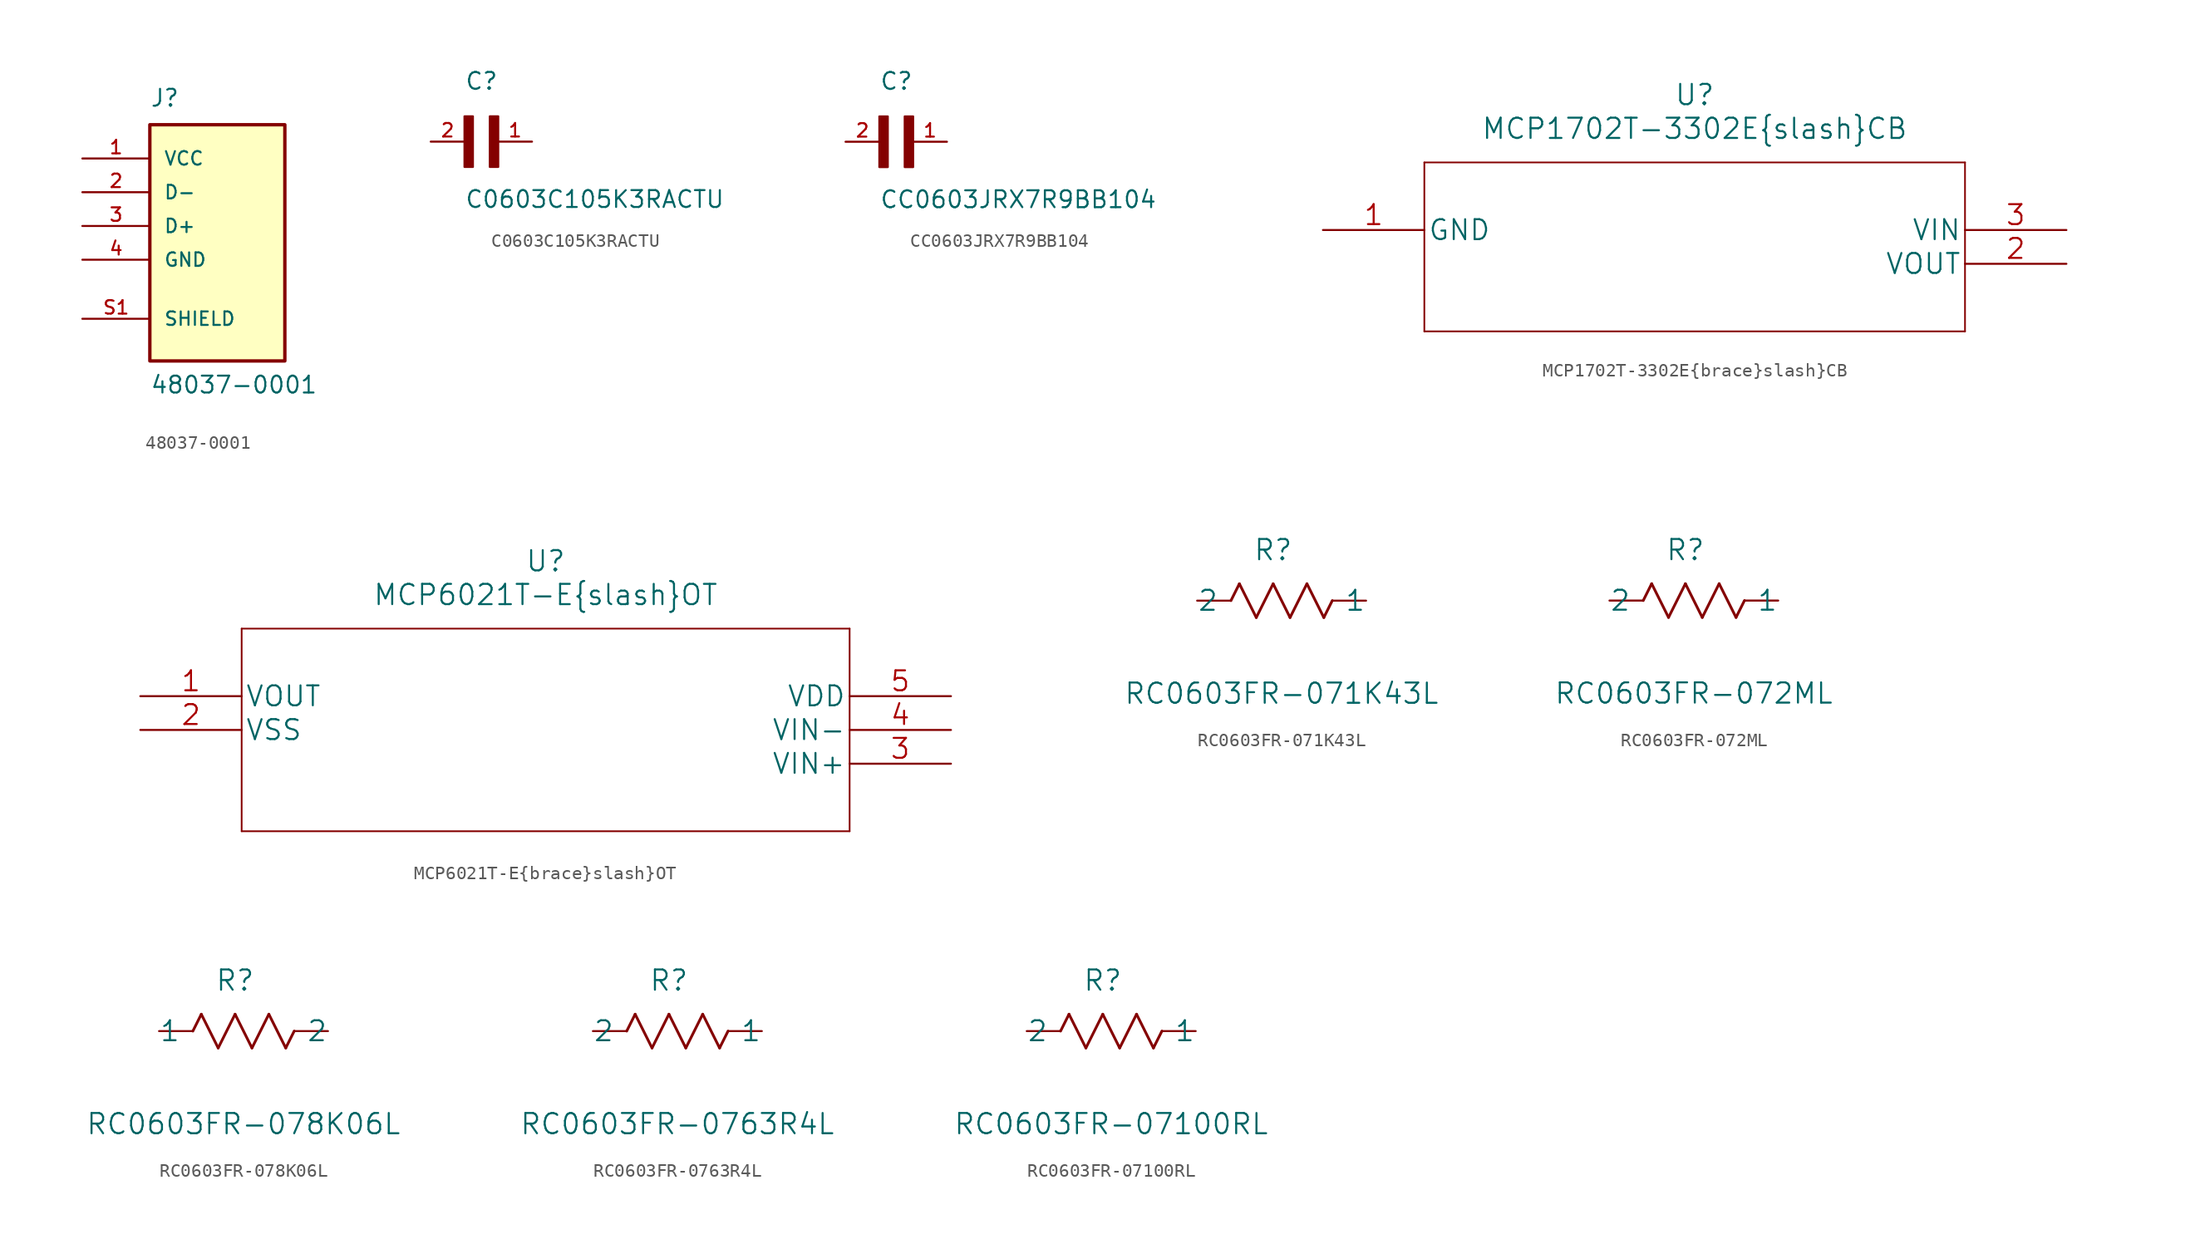
<source format=kicad_sym>
(kicad_symbol_lib
  (version 20211014)
  (generator kicad_symbol_editor)
  (symbol "48037-0001"
    (pin_names
      (offset 1.016))
    (property "Reference" "J"
      (at -5.08 8.89 0)
      (effects (font (size 1.27 1.27)) (justify left bottom)))
    (property "Value" "48037-0001"
      (at -5.08 -12.7 0)
      (effects (font (size 1.27 1.27)) (justify left bottom)))
    (property "ki_locked" ""
      (at 0 0 0)
      (effects (font (size 1.27 1.27))))
    (symbol "48037-0001_0_0"
      (rectangle (start -5.08 -10.16) (end 5.08 7.62) (stroke (width 0.254) (type default) (color 0 0 0 0)) (fill (type background)))
      (pin power_in line (at -10.16 5.08 0) (length 5.08) (name "VCC" (effects (font (size 1.016 1.016)))) (number "1" (effects (font (size 1.016 1.016)))))
      (pin bidirectional line (at -10.16 2.54 0) (length 5.08) (name "D-" (effects (font (size 1.016 1.016)))) (number "2" (effects (font (size 1.016 1.016)))))
      (pin bidirectional line (at -10.16 0 0) (length 5.08) (name "D+" (effects (font (size 1.016 1.016)))) (number "3" (effects (font (size 1.016 1.016)))))
      (pin power_in line (at -10.16 -2.54 0) (length 5.08) (name "GND" (effects (font (size 1.016 1.016)))) (number "4" (effects (font (size 1.016 1.016)))))
      (pin passive line (at -10.16 -6.985 0) (length 5.08) (name "SHIELD" (effects (font (size 1.016 1.016)))) (number "S1" (effects (font (size 1.016 1.016)))))))
  (symbol "C0603C105K3RACTU"
    (pin_names
      (offset 1.016) hide)
    (property "Reference" "C"
      (at 0 3.81 0)
      (effects (font (size 1.27 1.27)) (justify left bottom)))
    (property "Value" "C0603C105K3RACTU"
      (at 0 -5.08 0)
      (effects (font (size 1.27 1.27)) (justify left bottom)))
    (property "ki_locked" ""
      (at 0 0 0)
      (effects (font (size 1.27 1.27))))
    (symbol "C0603C105K3RACTU_0_0"
      (rectangle (start 0 -1.905) (end 0.635 1.905) (stroke (width 0) (type default) (color 0 0 0 0)) (fill (type outline)))
      (rectangle (start 1.905 -1.905) (end 2.54 1.905) (stroke (width 0) (type default) (color 0 0 0 0)) (fill (type outline)))
      (pin passive line (at 5.08 0 180) (length 2.54) (name "~" (effects (font (size 1.016 1.016)))) (number "1" (effects (font (size 1.016 1.016)))))
      (pin passive line (at -2.54 0 0) (length 2.54) (name "~" (effects (font (size 1.016 1.016)))) (number "2" (effects (font (size 1.016 1.016)))))))
  (symbol "CC0603JRX7R9BB104"
    (pin_names
      (offset 1.016) hide)
    (property "Reference" "C"
      (at 0 3.81 0)
      (effects (font (size 1.27 1.27)) (justify left bottom)))
    (property "Value" "CC0603JRX7R9BB104"
      (at 0 -5.08 0)
      (effects (font (size 1.27 1.27)) (justify left bottom)))
    (property "ki_locked" ""
      (at 0 0 0)
      (effects (font (size 1.27 1.27))))
    (symbol "CC0603JRX7R9BB104_0_0"
      (rectangle (start 0 -1.905) (end 0.635 1.905) (stroke (width 0) (type default) (color 0 0 0 0)) (fill (type outline)))
      (rectangle (start 1.905 -1.905) (end 2.54 1.905) (stroke (width 0) (type default) (color 0 0 0 0)) (fill (type outline)))
      (pin passive line (at 5.08 0 180) (length 2.54) (name "~" (effects (font (size 1.016 1.016)))) (number "1" (effects (font (size 1.016 1.016)))))
      (pin passive line (at -2.54 0 0) (length 2.54) (name "~" (effects (font (size 1.016 1.016)))) (number "2" (effects (font (size 1.016 1.016)))))))
  (symbol "MCP1702T-3302E{brace}slash}CB"
    (pin_names
      (offset 0.254))
    (property "Reference" "U"
      (at 27.94 10.16 0)
      (effects (font (size 1.524 1.524))))
    (property "Value" "MCP1702T-3302E{brace}slash}CB"
      (at 27.94 7.62 0)
      (effects (font (size 1.524 1.524))))
    (property "Datasheet" ""
      (at 0 0 0)
      (effects (font (size 1.524 1.524))))
    (property "ki_locked" ""
      (at 0 0 0)
      (effects (font (size 1.27 1.27))))
    (symbol "MCP1702T-3302E{brace}slash}CB_1_1"
      (polyline (pts (xy 7.62 -7.62) (xy 48.26 -7.62)) (stroke (width 0.127) (type default) (color 0 0 0 0)) (fill (type none)))
      (polyline (pts (xy 7.62 5.08) (xy 7.62 -7.62)) (stroke (width 0.127) (type default) (color 0 0 0 0)) (fill (type none)))
      (polyline (pts (xy 48.26 -7.62) (xy 48.26 5.08)) (stroke (width 0.127) (type default) (color 0 0 0 0)) (fill (type none)))
      (polyline (pts (xy 48.26 5.08) (xy 7.62 5.08)) (stroke (width 0.127) (type default) (color 0 0 0 0)) (fill (type none)))
      (pin power_in line (at 0 0 0) (length 7.62) (name "GND" (effects (font (size 1.499 1.499)))) (number "1" (effects (font (size 1.499 1.499)))))
      (pin power_out line (at 55.88 -2.54 180) (length 7.62) (name "VOUT" (effects (font (size 1.499 1.499)))) (number "2" (effects (font (size 1.499 1.499)))))
      (pin power_in line (at 55.88 0 180) (length 7.62) (name "VIN" (effects (font (size 1.499 1.499)))) (number "3" (effects (font (size 1.499 1.499)))))))
  (symbol "MCP6021T-E{brace}slash}OT"
    (pin_names
      (offset 0.254))
    (property "Reference" "U"
      (at 30.48 10.16 0)
      (effects (font (size 1.524 1.524))))
    (property "Value" "MCP6021T-E{brace}slash}OT"
      (at 30.48 7.62 0)
      (effects (font (size 1.524 1.524))))
    (property "Datasheet" ""
      (at 0 0 0)
      (effects (font (size 1.524 1.524))))
    (property "ki_locked" ""
      (at 0 0 0)
      (effects (font (size 1.27 1.27))))
    (symbol "MCP6021T-E{brace}slash}OT_1_1"
      (polyline (pts (xy 7.62 -10.16) (xy 53.34 -10.16)) (stroke (width 0.127) (type default) (color 0 0 0 0)) (fill (type none)))
      (polyline (pts (xy 7.62 5.08) (xy 7.62 -10.16)) (stroke (width 0.127) (type default) (color 0 0 0 0)) (fill (type none)))
      (polyline (pts (xy 53.34 -10.16) (xy 53.34 5.08)) (stroke (width 0.127) (type default) (color 0 0 0 0)) (fill (type none)))
      (polyline (pts (xy 53.34 5.08) (xy 7.62 5.08)) (stroke (width 0.127) (type default) (color 0 0 0 0)) (fill (type none)))
      (pin output line (at 0 0 0) (length 7.62) (name "VOUT" (effects (font (size 1.499 1.499)))) (number "1" (effects (font (size 1.499 1.499)))))
      (pin power_in line (at 0 -2.54 0) (length 7.62) (name "VSS" (effects (font (size 1.499 1.499)))) (number "2" (effects (font (size 1.499 1.499)))))
      (pin input line (at 60.96 -5.08 180) (length 7.62) (name "VIN+" (effects (font (size 1.499 1.499)))) (number "3" (effects (font (size 1.499 1.499)))))
      (pin input line (at 60.96 -2.54 180) (length 7.62) (name "VIN-" (effects (font (size 1.499 1.499)))) (number "4" (effects (font (size 1.499 1.499)))))
      (pin power_in line (at 60.96 0 180) (length 7.62) (name "VDD" (effects (font (size 1.499 1.499)))) (number "5" (effects (font (size 1.499 1.499)))))))
  (symbol "RC0603FR-071K43L"
    (pin_numbers hide)
    (pin_names
      (offset -2.54))
    (property "Reference" "R"
      (at 5.715 3.81 0)
      (effects (font (size 1.524 1.524))))
    (property "Value" "RC0603FR-071K43L"
      (at 6.35 -6.985 0)
      (effects (font (size 1.524 1.524))))
    (property "Datasheet" ""
      (at 0 0 0)
      (effects (font (size 1.524 1.524))))
    (property "ki_locked" ""
      (at 0 0 0)
      (effects (font (size 1.27 1.27))))
    (symbol "RC0603FR-071K43L_1_1"
      (polyline (pts (xy 2.54 0) (xy 3.175 1.27)) (stroke (width 0.203) (type default) (color 0 0 0 0)) (fill (type none)))
      (polyline (pts (xy 3.175 1.27) (xy 4.445 -1.27)) (stroke (width 0.203) (type default) (color 0 0 0 0)) (fill (type none)))
      (polyline (pts (xy 4.445 -1.27) (xy 5.715 1.27)) (stroke (width 0.203) (type default) (color 0 0 0 0)) (fill (type none)))
      (polyline (pts (xy 5.715 1.27) (xy 6.985 -1.27)) (stroke (width 0.203) (type default) (color 0 0 0 0)) (fill (type none)))
      (polyline (pts (xy 6.985 -1.27) (xy 8.255 1.27)) (stroke (width 0.203) (type default) (color 0 0 0 0)) (fill (type none)))
      (polyline (pts (xy 8.255 1.27) (xy 9.525 -1.27)) (stroke (width 0.203) (type default) (color 0 0 0 0)) (fill (type none)))
      (polyline (pts (xy 9.525 -1.27) (xy 10.16 0)) (stroke (width 0.203) (type default) (color 0 0 0 0)) (fill (type none)))
      (pin passive line (at 12.7 0 180) (length 2.54) (name "1" (effects (font (size 1.499 1.499)))) (number "1" (effects (font (size 1.499 1.499)))))
      (pin passive line (at 0 0 0) (length 2.54) (name "2" (effects (font (size 1.499 1.499)))) (number "2" (effects (font (size 1.499 1.499)))))))
  (symbol "RC0603FR-072ML"
    (pin_numbers hide)
    (pin_names
      (offset -2.54))
    (property "Reference" "R"
      (at 5.715 3.81 0)
      (effects (font (size 1.524 1.524))))
    (property "Value" "RC0603FR-072ML"
      (at 6.35 -6.985 0)
      (effects (font (size 1.524 1.524))))
    (property "Datasheet" ""
      (at 0 0 0)
      (effects (font (size 1.524 1.524))))
    (property "ki_locked" ""
      (at 0 0 0)
      (effects (font (size 1.27 1.27))))
    (symbol "RC0603FR-072ML_1_1"
      (polyline (pts (xy 2.54 0) (xy 3.175 1.27)) (stroke (width 0.203) (type default) (color 0 0 0 0)) (fill (type none)))
      (polyline (pts (xy 3.175 1.27) (xy 4.445 -1.27)) (stroke (width 0.203) (type default) (color 0 0 0 0)) (fill (type none)))
      (polyline (pts (xy 4.445 -1.27) (xy 5.715 1.27)) (stroke (width 0.203) (type default) (color 0 0 0 0)) (fill (type none)))
      (polyline (pts (xy 5.715 1.27) (xy 6.985 -1.27)) (stroke (width 0.203) (type default) (color 0 0 0 0)) (fill (type none)))
      (polyline (pts (xy 6.985 -1.27) (xy 8.255 1.27)) (stroke (width 0.203) (type default) (color 0 0 0 0)) (fill (type none)))
      (polyline (pts (xy 8.255 1.27) (xy 9.525 -1.27)) (stroke (width 0.203) (type default) (color 0 0 0 0)) (fill (type none)))
      (polyline (pts (xy 9.525 -1.27) (xy 10.16 0)) (stroke (width 0.203) (type default) (color 0 0 0 0)) (fill (type none)))
      (pin passive line (at 12.7 0 180) (length 2.54) (name "1" (effects (font (size 1.499 1.499)))) (number "1" (effects (font (size 1.499 1.499)))))
      (pin passive line (at 0 0 0) (length 2.54) (name "2" (effects (font (size 1.499 1.499)))) (number "2" (effects (font (size 1.499 1.499)))))))
  (symbol "RC0603FR-078K06L"
    (pin_numbers hide)
    (pin_names
      (offset -2.54))
    (property "Reference" "R"
      (at 5.715 3.81 0)
      (effects (font (size 1.524 1.524))))
    (property "Value" "RC0603FR-078K06L"
      (at 6.35 -6.985 0)
      (effects (font (size 1.524 1.524))))
    (property "Datasheet" ""
      (at 0 0 0)
      (effects (font (size 1.524 1.524))))
    (property "ki_locked" ""
      (at 0 0 0)
      (effects (font (size 1.27 1.27))))
    (symbol "RC0603FR-078K06L_1_1"
      (polyline (pts (xy 2.54 0) (xy 3.175 1.27)) (stroke (width 0.203) (type default) (color 0 0 0 0)) (fill (type none)))
      (polyline (pts (xy 3.175 1.27) (xy 4.445 -1.27)) (stroke (width 0.203) (type default) (color 0 0 0 0)) (fill (type none)))
      (polyline (pts (xy 4.445 -1.27) (xy 5.715 1.27)) (stroke (width 0.203) (type default) (color 0 0 0 0)) (fill (type none)))
      (polyline (pts (xy 5.715 1.27) (xy 6.985 -1.27)) (stroke (width 0.203) (type default) (color 0 0 0 0)) (fill (type none)))
      (polyline (pts (xy 6.985 -1.27) (xy 8.255 1.27)) (stroke (width 0.203) (type default) (color 0 0 0 0)) (fill (type none)))
      (polyline (pts (xy 8.255 1.27) (xy 9.525 -1.27)) (stroke (width 0.203) (type default) (color 0 0 0 0)) (fill (type none)))
      (polyline (pts (xy 9.525 -1.27) (xy 10.16 0)) (stroke (width 0.203) (type default) (color 0 0 0 0)) (fill (type none)))
      (pin passive line (at 0 0 0) (length 2.54) (name "1" (effects (font (size 1.499 1.499)))) (number "1" (effects (font (size 1.499 1.499)))))
      (pin passive line (at 12.7 0 180) (length 2.54) (name "2" (effects (font (size 1.499 1.499)))) (number "2" (effects (font (size 1.499 1.499)))))))
  (symbol "RC0603FR-0763R4L"
    (pin_numbers hide)
    (pin_names
      (offset -2.54))
    (property "Reference" "R"
      (at 5.715 3.81 0)
      (effects (font (size 1.524 1.524))))
    (property "Value" "RC0603FR-0763R4L"
      (at 6.35 -6.985 0)
      (effects (font (size 1.524 1.524))))
    (property "Datasheet" ""
      (at 0 0 0)
      (effects (font (size 1.524 1.524))))
    (property "ki_locked" ""
      (at 0 0 0)
      (effects (font (size 1.27 1.27))))
    (symbol "RC0603FR-0763R4L_1_1"
      (polyline (pts (xy 2.54 0) (xy 3.175 1.27)) (stroke (width 0.203) (type default) (color 0 0 0 0)) (fill (type none)))
      (polyline (pts (xy 3.175 1.27) (xy 4.445 -1.27)) (stroke (width 0.203) (type default) (color 0 0 0 0)) (fill (type none)))
      (polyline (pts (xy 4.445 -1.27) (xy 5.715 1.27)) (stroke (width 0.203) (type default) (color 0 0 0 0)) (fill (type none)))
      (polyline (pts (xy 5.715 1.27) (xy 6.985 -1.27)) (stroke (width 0.203) (type default) (color 0 0 0 0)) (fill (type none)))
      (polyline (pts (xy 6.985 -1.27) (xy 8.255 1.27)) (stroke (width 0.203) (type default) (color 0 0 0 0)) (fill (type none)))
      (polyline (pts (xy 8.255 1.27) (xy 9.525 -1.27)) (stroke (width 0.203) (type default) (color 0 0 0 0)) (fill (type none)))
      (polyline (pts (xy 9.525 -1.27) (xy 10.16 0)) (stroke (width 0.203) (type default) (color 0 0 0 0)) (fill (type none)))
      (pin passive line (at 12.7 0 180) (length 2.54) (name "1" (effects (font (size 1.499 1.499)))) (number "1" (effects (font (size 1.499 1.499)))))
      (pin passive line (at 0 0 0) (length 2.54) (name "2" (effects (font (size 1.499 1.499)))) (number "2" (effects (font (size 1.499 1.499)))))))
  (symbol "RC0603FR-07100RL"
    (pin_numbers hide)
    (pin_names
      (offset -2.54))
    (property "Reference" "R"
      (at 5.715 3.81 0)
      (effects (font (size 1.524 1.524))))
    (property "Value" "RC0603FR-07100RL"
      (at 6.35 -6.985 0)
      (effects (font (size 1.524 1.524))))
    (property "Datasheet" ""
      (at 0 0 0)
      (effects (font (size 1.524 1.524))))
    (property "ki_locked" ""
      (at 0 0 0)
      (effects (font (size 1.27 1.27))))
    (symbol "RC0603FR-07100RL_1_1"
      (polyline (pts (xy 2.54 0) (xy 3.175 1.27)) (stroke (width 0.203) (type default) (color 0 0 0 0)) (fill (type none)))
      (polyline (pts (xy 3.175 1.27) (xy 4.445 -1.27)) (stroke (width 0.203) (type default) (color 0 0 0 0)) (fill (type none)))
      (polyline (pts (xy 4.445 -1.27) (xy 5.715 1.27)) (stroke (width 0.203) (type default) (color 0 0 0 0)) (fill (type none)))
      (polyline (pts (xy 5.715 1.27) (xy 6.985 -1.27)) (stroke (width 0.203) (type default) (color 0 0 0 0)) (fill (type none)))
      (polyline (pts (xy 6.985 -1.27) (xy 8.255 1.27)) (stroke (width 0.203) (type default) (color 0 0 0 0)) (fill (type none)))
      (polyline (pts (xy 8.255 1.27) (xy 9.525 -1.27)) (stroke (width 0.203) (type default) (color 0 0 0 0)) (fill (type none)))
      (polyline (pts (xy 9.525 -1.27) (xy 10.16 0)) (stroke (width 0.203) (type default) (color 0 0 0 0)) (fill (type none)))
      (pin passive line (at 12.7 0 180) (length 2.54) (name "1" (effects (font (size 1.499 1.499)))) (number "1" (effects (font (size 1.499 1.499)))))
      (pin passive line (at 0 0 0) (length 2.54) (name "2" (effects (font (size 1.499 1.499)))) (number "2" (effects (font (size 1.499 1.499))))))))
</source>
